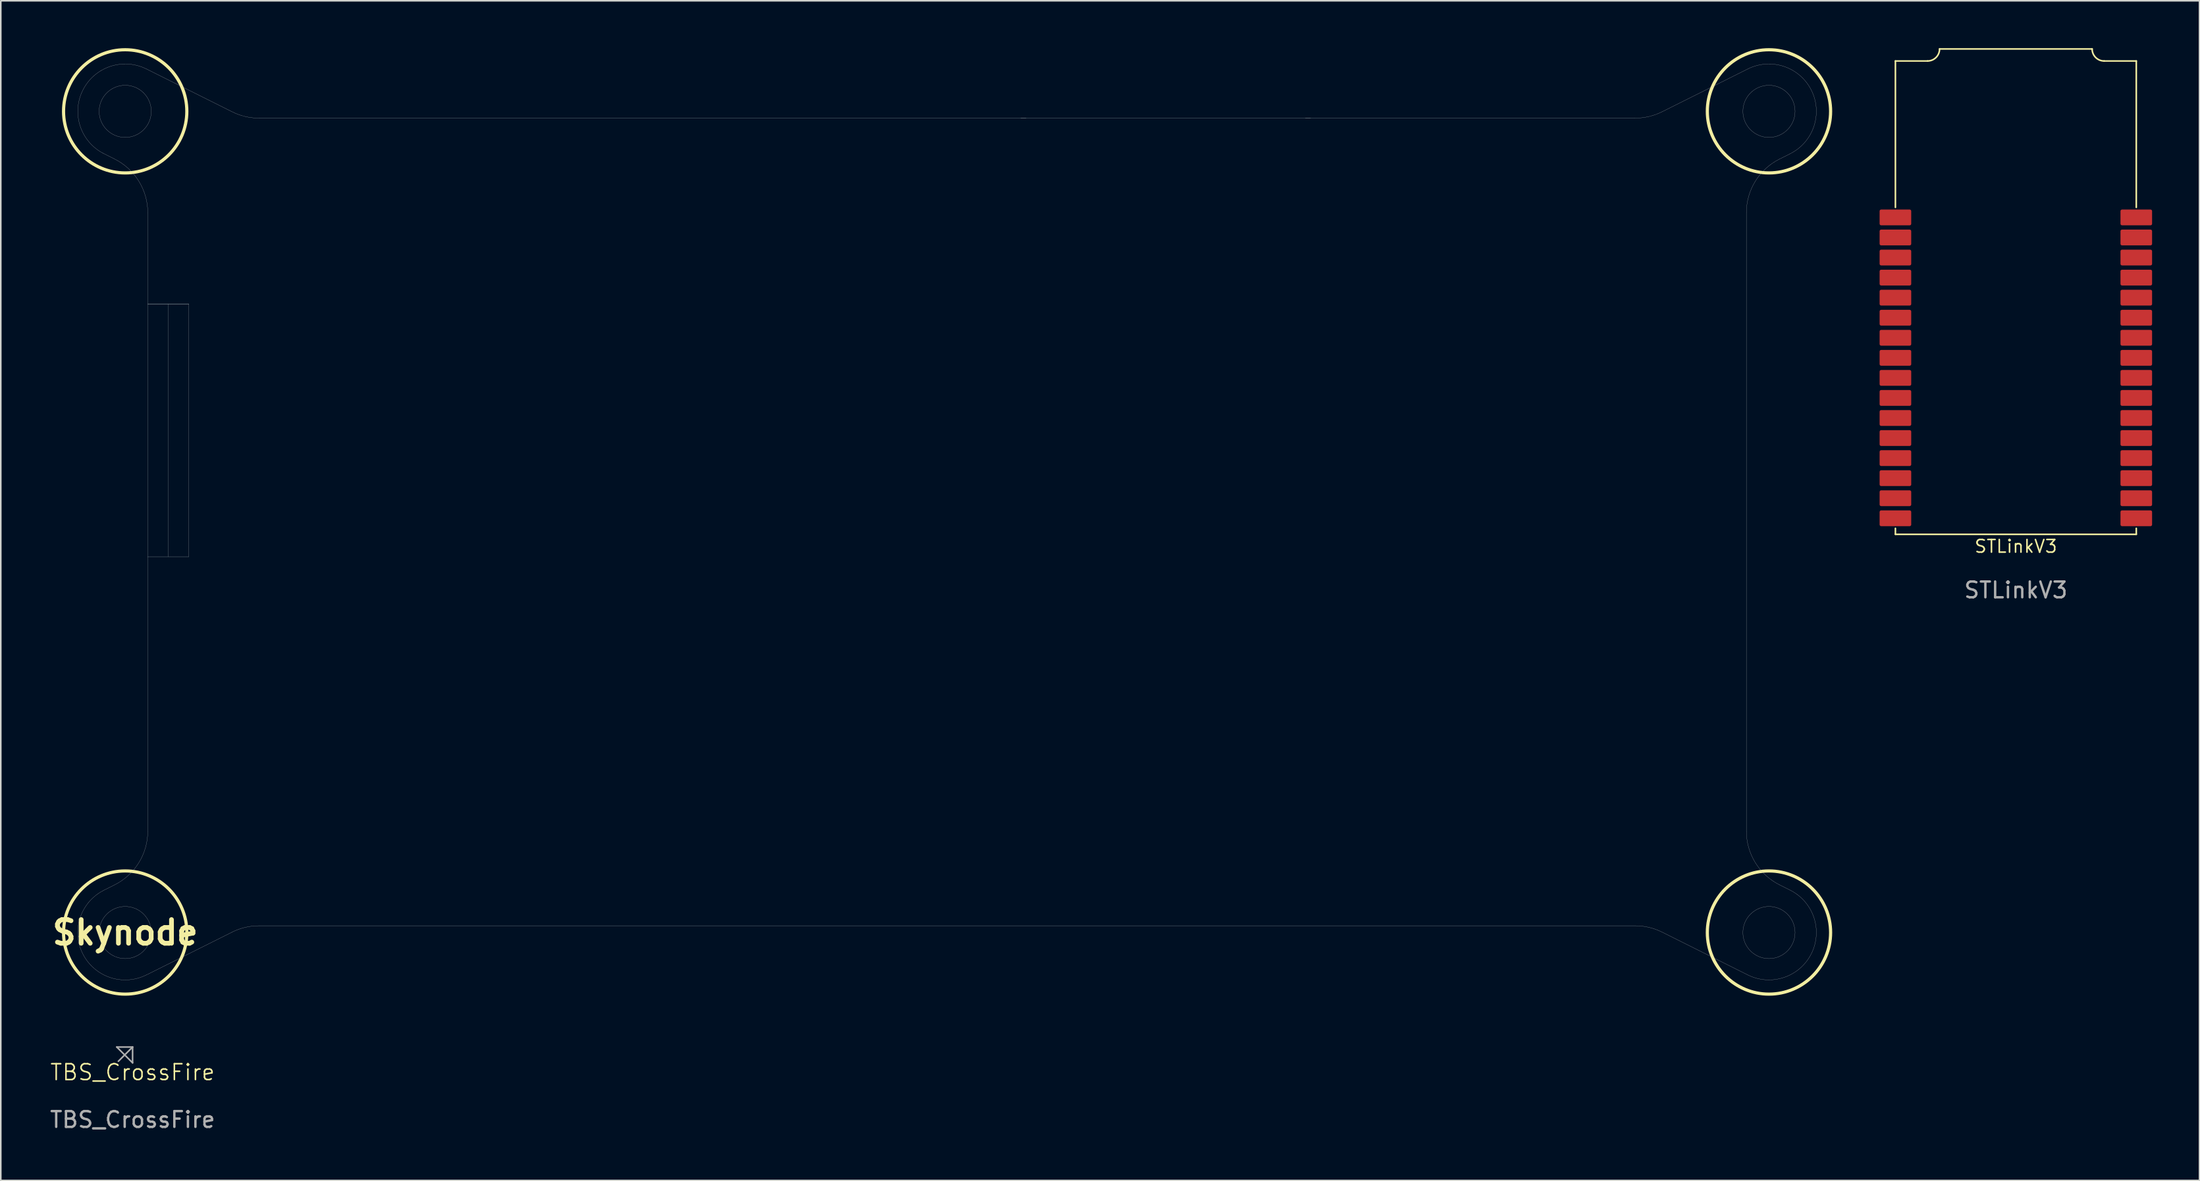
<source format=kicad_pcb>
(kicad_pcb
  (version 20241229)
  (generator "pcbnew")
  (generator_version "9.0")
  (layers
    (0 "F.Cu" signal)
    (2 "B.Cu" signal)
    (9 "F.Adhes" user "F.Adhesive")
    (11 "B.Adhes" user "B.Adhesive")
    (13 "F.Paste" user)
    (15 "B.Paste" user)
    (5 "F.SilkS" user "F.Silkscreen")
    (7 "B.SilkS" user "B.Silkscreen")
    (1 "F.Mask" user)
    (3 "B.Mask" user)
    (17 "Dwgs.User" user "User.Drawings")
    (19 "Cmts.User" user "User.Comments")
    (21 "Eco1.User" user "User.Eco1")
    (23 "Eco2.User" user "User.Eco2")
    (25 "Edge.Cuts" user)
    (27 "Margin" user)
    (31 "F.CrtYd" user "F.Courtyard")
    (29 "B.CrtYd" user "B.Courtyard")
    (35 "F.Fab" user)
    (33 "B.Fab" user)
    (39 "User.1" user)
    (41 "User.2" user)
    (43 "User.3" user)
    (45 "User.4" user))
  (footprint "Skynode"
    (layer "F.Cu")
    (at 4.871 56)
    (property "Reference" "Skynode" (at 0 0 0) (layer "F.SilkS") (effects (font (size 1.5 1.5) (thickness 0.3))))
    (attr board_only exclude_from_pos_files exclude_from_bom)
    (fp_circle (center 0 -52) (end 3.9 -52) (stroke (width 0.2) (type solid)) (fill no) (layer "F.SilkS"))
    (fp_circle (center 0 0) (end 3.9 0) (stroke (width 0.2) (type solid)) (fill no) (layer "F.SilkS"))
    (fp_circle (center 104 -52) (end 107.9 -52) (stroke (width 0.2) (type solid)) (fill no) (layer "F.SilkS"))
    (fp_circle (center 104 0) (end 107.9 0) (stroke (width 0.2) (type solid)) (fill no) (layer "F.SilkS"))
    (fp_line (start -1.342 -49.317) (end -0.676 -48.984) (stroke (width 0.01) (type default)) (layer "Dwgs.User"))
    (fp_line (start -1.342 -2.683) (end -0.676 -3.016) (stroke (width 0.01) (type default)) (layer "Dwgs.User"))
    (fp_line (start 1.342 2.683) (end 6.764 -0.028) (stroke (width 0.01) (type default)) (layer "Dwgs.User"))
    (fp_line (start 1.342 -54.683) (end 6.764 -51.972) (stroke (width 0.01) (type default)) (layer "Dwgs.User"))
    (fp_line (start 1.342 -54.683) (end 1.342 -54.683) (stroke (width 0.01) (type default)) (layer "Dwgs.User"))
    (fp_line (start 1.43 -23.801) (end 1.43 -6.424) (stroke (width 0.01) (type default)) (layer "Dwgs.User"))
    (fp_line (start 1.43 -23.801) (end 1.43 -39.801) (stroke (width 0.01) (type default)) (layer "Dwgs.User"))
    (fp_line (start 1.43 -39.801) (end 4.03 -39.801) (stroke (width 0.01) (type default)) (layer "Dwgs.User"))
    (fp_line (start 1.43 -39.801) (end 4.03 -39.801) (stroke (width 0.01) (type default)) (layer "Dwgs.User"))
    (fp_line (start 1.43 -45.576) (end 1.43 -39.801) (stroke (width 0.01) (type default)) (layer "Dwgs.User"))
    (fp_line (start 2.73 -39.801) (end 2.73 -23.801) (stroke (width 0.01) (type default)) (layer "Dwgs.User"))
    (fp_line (start 4.03 -23.801) (end 1.43 -23.801) (stroke (width 0.01) (type default)) (layer "Dwgs.User"))
    (fp_line (start 4.03 -39.801) (end 1.43 -39.801) (stroke (width 0.01) (type default)) (layer "Dwgs.User"))
    (fp_line (start 4.03 -39.801) (end 4.03 -23.801) (stroke (width 0.01) (type default)) (layer "Dwgs.User"))
    (fp_line (start 6.764 -0.028) (end 6.764 -0.028) (stroke (width 0.01) (type default)) (layer "Dwgs.User"))
    (fp_line (start 56.667 -51.57) (end 57 -51.57) (stroke (width 0.01) (type default)) (layer "Dwgs.User"))
    (fp_line (start 74.667 -51.57) (end 75 -51.57) (stroke (width 0.01) (type default)) (layer "Dwgs.User"))
    (fp_line (start 95.523 -51.57) (end 8.468 -51.57) (stroke (width 0.01) (type default)) (layer "Dwgs.User"))
    (fp_line (start 95.532 -0.43) (end 8.468 -0.43) (stroke (width 0.01) (type default)) (layer "Dwgs.User"))
    (fp_line (start 102.57 -45.576) (end 102.57 -6.424) (stroke (width 0.01) (type default)) (layer "Dwgs.User"))
    (fp_line (start 102.658 2.683) (end 97.236 -0.028) (stroke (width 0.01) (type default)) (layer "Dwgs.User"))
    (fp_line (start 102.658 -54.683) (end 97.236 -51.972) (stroke (width 0.01) (type default)) (layer "Dwgs.User"))
    (fp_line (start 105.342 -2.683) (end 104.676 -3.016) (stroke (width 0.01) (type default)) (layer "Dwgs.User"))
    (fp_line (start 105.342 -49.317) (end 104.676 -48.984) (stroke (width 0.01) (type default)) (layer "Dwgs.User"))
    (fp_arc (start -1.341639 -49.316721) (mid -2.683275 -53.341641) (end 1.341647 -54.68328) (stroke (width 0.01) (type default)) (layer "Dwgs.User"))
    (fp_arc (start -0.676106 -48.983954) (mid 0.860985 -47.579224) (end 1.430005 -45.576188) (stroke (width 0.01) (type default)) (layer "Dwgs.User"))
    (fp_arc (start 1.341641 2.683282) (mid -2.683282 1.34164) (end -1.341639 -2.683283) (stroke (width 0.01) (type default)) (layer "Dwgs.User"))
    (fp_arc (start 1.43 -6.423809) (mid 0.86098 -4.420776) (end -0.676118 -3.016043) (stroke (width 0.01) (type default)) (layer "Dwgs.User"))
    (fp_arc (start 6.763739 -0.027766) (mid 7.592264 -0.328078) (end 8.467618 -0.429999) (stroke (width 0.01) (type default)) (layer "Dwgs.User"))
    (fp_arc (start 8.467624 -51.569999) (mid 7.59227 -51.67192) (end 6.763751 -51.972229) (stroke (width 0.01) (type default)) (layer "Dwgs.User"))
    (fp_arc (start 95.532408 -0.429989) (mid 96.407737 -0.328074) (end 97.23626 -0.027756) (stroke (width 0.01) (type default)) (layer "Dwgs.User"))
    (fp_arc (start 97.236289 -51.972233) (mid 96.40774 -51.671916) (end 95.523153 -51.569989) (stroke (width 0.01) (type default)) (layer "Dwgs.User"))
    (fp_arc (start 102.570005 -45.576198) (mid 103.139017 -47.579221) (end 104.676122 -48.983944) (stroke (width 0.01) (type default)) (layer "Dwgs.User"))
    (fp_arc (start 102.658372 -54.683272) (mid 106.68329 -53.341629) (end 105.341646 -49.316706) (stroke (width 0.01) (type default)) (layer "Dwgs.User"))
    (fp_arc (start 104.676125 -3.016027) (mid 103.139023 -4.420764) (end 102.57 -6.423799) (stroke (width 0.01) (type default)) (layer "Dwgs.User"))
    (fp_arc (start 105.341641 -2.683269) (mid 106.683278 1.341637) (end 102.658359 2.683294) (stroke (width 0.01) (type default)) (layer "Dwgs.User"))
    (fp_circle (center 0 0) (end 1.65 0) (stroke (width 0.01) (type default)) (fill no) (layer "Dwgs.User"))
    (fp_circle (center 0.000006 -52) (end 1.65 -52) (stroke (width 0.01) (type default)) (fill no) (layer "Dwgs.User"))
    (fp_circle (center 104 0.000012) (end 105.65 0.000012) (stroke (width 0.01) (type default)) (fill no) (layer "Dwgs.User"))
    (fp_circle (center 104 -52) (end 105.65 -52) (stroke (width 0.01) (type default)) (fill no) (layer "Dwgs.User")))
  (footprint "TBS_CrossFire"
    (layer "F.Cu")
    (at 5.339 63.25)
    (property "Reference" "TBS_CrossFire" (at 0 1.6 0) (unlocked yes) (layer "F.SilkS") (effects (font (size 1 1) (thickness 0.1))))
    (attr smd)
    (fp_line (start -1 0) (end 0 1) (stroke (width 0.1) (type default)) (layer "F.Fab"))
    (fp_line (start -0.9 0.9) (end 0 0) (stroke (width 0.1) (type default)) (layer "F.Fab"))
    (fp_line (start 0 0) (end -1 0) (stroke (width 0.1) (type default)) (layer "F.Fab"))
    (fp_line (start 0 1) (end 0 0) (stroke (width 0.1) (type default)) (layer "F.Fab"))
    (fp_text user "${REFERENCE}" (at 0 4.6 0) (unlocked yes) (layer "F.Fab") (effects (font (size 1 1) (thickness 0.15)))))
  (footprint "STLinkV3"
    (layer "F.Cu")
    (at 124.491 10.718)
    (property "Reference" "STLinkV3" (at 0 20.828 0) (unlocked yes) (layer "F.SilkS") (effects (font (size 0.8 0.8) (thickness 0.1))))
    (attr smd)
    (fp_line (start -7.62 -9.906) (end -5.588 -9.906) (stroke (width 0.1) (type default)) (layer "F.SilkS"))
    (fp_line (start -7.62 -0.635) (end -7.62 -9.906) (stroke (width 0.1) (type default)) (layer "F.SilkS"))
    (fp_line (start -7.62 20.066) (end -7.62 19.685) (stroke (width 0.1) (type default)) (layer "F.SilkS"))
    (fp_line (start -4.826 -10.668) (end 4.826 -10.668) (stroke (width 0.1) (type default)) (layer "F.SilkS"))
    (fp_line (start 5.588 -9.906) (end 7.62 -9.906) (stroke (width 0.1) (type default)) (layer "F.SilkS"))
    (fp_line (start 7.62 -9.906) (end 7.62 -0.635) (stroke (width 0.1) (type default)) (layer "F.SilkS"))
    (fp_line (start 7.62 19.685) (end 7.62 20.066) (stroke (width 0.1) (type default)) (layer "F.SilkS"))
    (fp_line (start 7.62 20.066) (end -7.62 20.066) (stroke (width 0.1) (type default)) (layer "F.SilkS"))
    (fp_arc (start -4.826 -10.668) (mid -5.049185 -10.129185) (end -5.588 -9.906) (stroke (width 0.1) (type default)) (layer "F.SilkS"))
    (fp_arc (start 5.588 -9.906) (mid 5.049185 -10.129185) (end 4.826 -10.668) (stroke (width 0.1) (type default)) (layer "F.SilkS"))
    (fp_text user "${REFERENCE}" (at 0 23.598 0) (unlocked yes) (layer "F.Fab") (effects (font (size 1 1) (thickness 0.15))))
    (pad "1" smd roundrect (at -7.62 0) (size 2 1) (layers "F.Cu" "F.Mask" "F.Paste") (roundrect_rratio 0.1))
    (pad "2" smd roundrect (at -7.62 1.27) (size 2 1) (layers "F.Cu" "F.Mask" "F.Paste") (roundrect_rratio 0.1))
    (pad "3" smd roundrect (at -7.62 2.54) (size 2 1) (layers "F.Cu" "F.Mask" "F.Paste") (roundrect_rratio 0.1))
    (pad "4" smd roundrect (at -7.62 3.81) (size 2 1) (layers "F.Cu" "F.Mask" "F.Paste") (roundrect_rratio 0.1))
    (pad "5" smd roundrect (at -7.62 5.08) (size 2 1) (layers "F.Cu" "F.Mask" "F.Paste") (roundrect_rratio 0.1))
    (pad "6" smd roundrect (at -7.62 6.35) (size 2 1) (layers "F.Cu" "F.Mask" "F.Paste") (roundrect_rratio 0.1))
    (pad "7" smd roundrect (at -7.62 7.62) (size 2 1) (layers "F.Cu" "F.Mask" "F.Paste") (roundrect_rratio 0.1))
    (pad "8" smd roundrect (at -7.62 8.89) (size 2 1) (layers "F.Cu" "F.Mask" "F.Paste") (roundrect_rratio 0.1))
    (pad "9" smd roundrect (at -7.62 10.16) (size 2 1) (layers "F.Cu" "F.Mask" "F.Paste") (roundrect_rratio 0.1))
    (pad "10" smd roundrect (at -7.62 11.43) (size 2 1) (layers "F.Cu" "F.Mask" "F.Paste") (roundrect_rratio 0.1))
    (pad "11" smd roundrect (at -7.62 12.7) (size 2 1) (layers "F.Cu" "F.Mask" "F.Paste") (roundrect_rratio 0.1))
    (pad "12" smd roundrect (at -7.62 13.97) (size 2 1) (layers "F.Cu" "F.Mask" "F.Paste") (roundrect_rratio 0.1))
    (pad "13" smd roundrect (at -7.62 15.24) (size 2 1) (layers "F.Cu" "F.Mask" "F.Paste") (roundrect_rratio 0.1))
    (pad "14" smd roundrect (at -7.62 16.51) (size 2 1) (layers "F.Cu" "F.Mask" "F.Paste") (roundrect_rratio 0.1))
    (pad "15" smd roundrect (at -7.62 17.78) (size 2 1) (layers "F.Cu" "F.Mask" "F.Paste") (roundrect_rratio 0.1))
    (pad "16" smd roundrect (at -7.62 19.05) (size 2 1) (layers "F.Cu" "F.Mask" "F.Paste") (roundrect_rratio 0.1))
    (pad "17" smd roundrect (at 7.62 19.05) (size 2 1) (layers "F.Cu" "F.Mask" "F.Paste") (roundrect_rratio 0.1))
    (pad "18" smd roundrect (at 7.62 17.78) (size 2 1) (layers "F.Cu" "F.Mask" "F.Paste") (roundrect_rratio 0.1))
    (pad "19" smd roundrect (at 7.62 16.51) (size 2 1) (layers "F.Cu" "F.Mask" "F.Paste") (roundrect_rratio 0.1))
    (pad "20" smd roundrect (at 7.62 15.24) (size 2 1) (layers "F.Cu" "F.Mask" "F.Paste") (roundrect_rratio 0.1))
    (pad "21" smd roundrect (at 7.62 13.97) (size 2 1) (layers "F.Cu" "F.Mask" "F.Paste") (roundrect_rratio 0.1))
    (pad "22" smd roundrect (at 7.62 12.7) (size 2 1) (layers "F.Cu" "F.Mask" "F.Paste") (roundrect_rratio 0.1))
    (pad "23" smd roundrect (at 7.62 11.43) (size 2 1) (layers "F.Cu" "F.Mask" "F.Paste") (roundrect_rratio 0.1))
    (pad "24" smd roundrect (at 7.62 10.16) (size 2 1) (layers "F.Cu" "F.Mask" "F.Paste") (roundrect_rratio 0.1))
    (pad "25" smd roundrect (at 7.62 8.89) (size 2 1) (layers "F.Cu" "F.Mask" "F.Paste") (roundrect_rratio 0.1))
    (pad "26" smd roundrect (at 7.62 7.62) (size 2 1) (layers "F.Cu" "F.Mask" "F.Paste") (roundrect_rratio 0.1))
    (pad "27" smd roundrect (at 7.62 6.35) (size 2 1) (layers "F.Cu" "F.Mask" "F.Paste") (roundrect_rratio 0.1))
    (pad "28" smd roundrect (at 7.62 5.08) (size 2 1) (layers "F.Cu" "F.Mask" "F.Paste") (roundrect_rratio 0.1))
    (pad "29" smd roundrect (at 7.62 3.81) (size 2 1) (layers "F.Cu" "F.Mask" "F.Paste") (roundrect_rratio 0.1))
    (pad "30" smd roundrect (at 7.62 2.54) (size 2 1) (layers "F.Cu" "F.Mask" "F.Paste") (roundrect_rratio 0.1))
    (pad "31" smd roundrect (at 7.62 1.27) (size 2 1) (layers "F.Cu" "F.Mask" "F.Paste") (roundrect_rratio 0.1))
    (pad "32" smd roundrect (at 7.62 0) (size 2 1) (layers "F.Cu" "F.Mask" "F.Paste") (roundrect_rratio 0.1)))
  (gr_rect
    (start -3 -3)
    (end 136.111 71.698)
    (stroke (width 0.1) (type default))
    (fill no)
    (layer "Edge.Cuts")))
</source>
